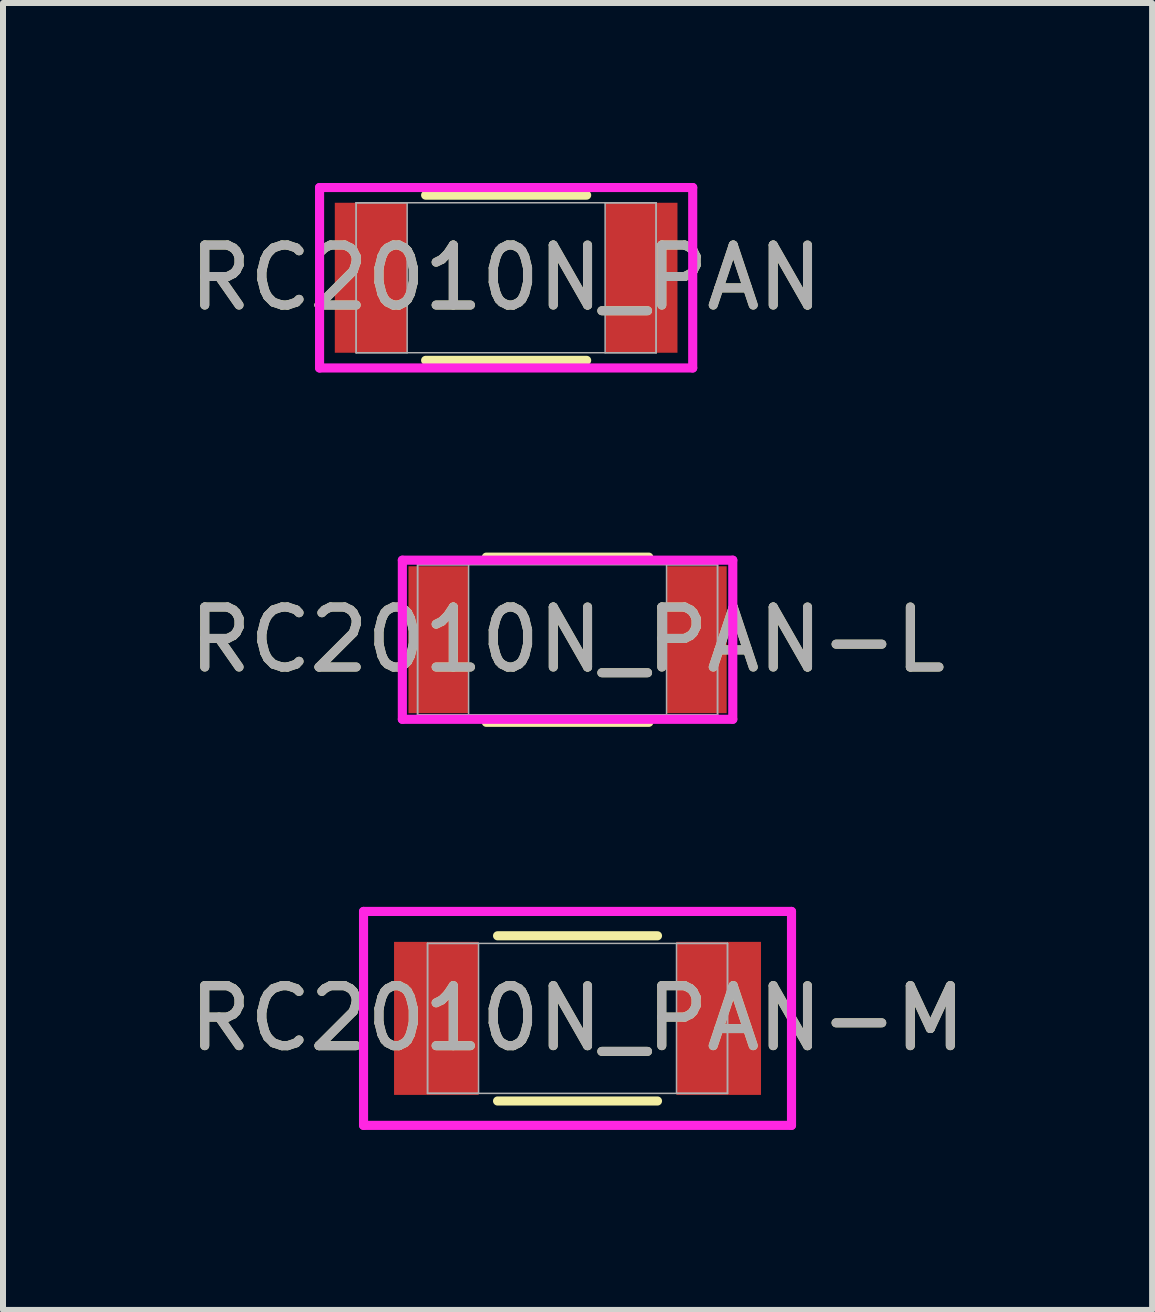
<source format=kicad_pcb>
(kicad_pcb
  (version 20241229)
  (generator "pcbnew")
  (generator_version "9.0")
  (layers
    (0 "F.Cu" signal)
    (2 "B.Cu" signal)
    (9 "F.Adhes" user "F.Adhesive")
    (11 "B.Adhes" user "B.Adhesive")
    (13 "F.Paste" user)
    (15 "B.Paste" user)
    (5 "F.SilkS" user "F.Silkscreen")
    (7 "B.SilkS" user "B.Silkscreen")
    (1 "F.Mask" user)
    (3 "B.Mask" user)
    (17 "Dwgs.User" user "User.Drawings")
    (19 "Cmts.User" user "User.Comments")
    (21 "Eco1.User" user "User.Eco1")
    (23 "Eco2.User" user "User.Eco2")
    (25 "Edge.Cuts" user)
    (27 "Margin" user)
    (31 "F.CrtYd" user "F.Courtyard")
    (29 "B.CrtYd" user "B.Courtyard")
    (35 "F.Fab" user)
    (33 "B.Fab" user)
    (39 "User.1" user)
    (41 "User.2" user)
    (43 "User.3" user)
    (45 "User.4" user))
  (footprint "RC2010N_PAN"
    (layer "F.Cu")
    (at 5.387 1.58)
    (property "Reference" "RC2010N_PAN" (at 0 0 0) (unlocked yes) (layer "F.SilkS") (effects (font (size 1 1) (thickness 0.15))))
    (attr smd)
    (fp_line (start -1.342 1.377) (end 1.342 1.377) (stroke (width 0.152) (type solid)) (layer "F.SilkS"))
    (fp_line (start 1.342 -1.377) (end -1.342 -1.377) (stroke (width 0.152) (type solid)) (layer "F.SilkS"))
    (fp_line (start -3.11 -1.504) (end 3.11 -1.504) (stroke (width 0.152) (type solid)) (layer "F.CrtYd"))
    (fp_line (start -3.11 1.504) (end -3.11 -1.504) (stroke (width 0.152) (type solid)) (layer "F.CrtYd"))
    (fp_line (start 3.11 -1.504) (end 3.11 1.504) (stroke (width 0.152) (type solid)) (layer "F.CrtYd"))
    (fp_line (start 3.11 1.504) (end -3.11 1.504) (stroke (width 0.152) (type solid)) (layer "F.CrtYd"))
    (fp_line (start -2.5 -1.25) (end -2.5 1.25) (stroke (width 0.025) (type solid)) (layer "F.Fab"))
    (fp_line (start -2.5 -1.25) (end -2.5 1.25) (stroke (width 0.025) (type solid)) (layer "F.Fab"))
    (fp_line (start -2.5 1.25) (end -1.65 1.25) (stroke (width 0.025) (type solid)) (layer "F.Fab"))
    (fp_line (start -2.5 1.25) (end 2.5 1.25) (stroke (width 0.025) (type solid)) (layer "F.Fab"))
    (fp_line (start -1.65 -1.25) (end -2.5 -1.25) (stroke (width 0.025) (type solid)) (layer "F.Fab"))
    (fp_line (start -1.65 1.25) (end -1.65 -1.25) (stroke (width 0.025) (type solid)) (layer "F.Fab"))
    (fp_line (start 1.65 -1.25) (end 1.65 1.25) (stroke (width 0.025) (type solid)) (layer "F.Fab"))
    (fp_line (start 1.65 1.25) (end 2.5 1.25) (stroke (width 0.025) (type solid)) (layer "F.Fab"))
    (fp_line (start 2.5 -1.25) (end -2.5 -1.25) (stroke (width 0.025) (type solid)) (layer "F.Fab"))
    (fp_line (start 2.5 -1.25) (end 1.65 -1.25) (stroke (width 0.025) (type solid)) (layer "F.Fab"))
    (fp_line (start 2.5 1.25) (end 2.5 -1.25) (stroke (width 0.025) (type solid)) (layer "F.Fab"))
    (fp_line (start 2.5 1.25) (end 2.5 -1.25) (stroke (width 0.025) (type solid)) (layer "F.Fab"))
    (fp_text user "${REFERENCE}" (at 0 0 0) (unlocked yes) (layer "F.Fab") (effects (font (size 1 1) (thickness 0.15))))
    (pad "1" smd rect (at -2.253 0) (size 1.206 2.5) (layers "F.Cu" "F.Mask" "F.Paste"))
    (pad "2" smd rect (at 2.253 0) (size 1.206 2.5) (layers "F.Cu" "F.Mask" "F.Paste"))
    (zone (net_name "") (layer "F.Cu") (hatch full 0.508) (connect_pads) (min_thickness 0.254) (filled_areas_thickness no) (keepout (tracks not_allowed) (vias not_allowed) (pads allowed) (copperpour not_allowed) (footprints allowed)) (placement (enabled no)) (fill) (polygon (pts (xy 3.788 0.381) (xy 6.986 0.381) (xy 6.986 2.779) (xy 3.788 2.779)))))
  (footprint "RC2010N_PAN-L"
    (layer "F.Cu")
    (at 6.411 7.614)
    (property "Reference" "RC2010N_PAN-L" (at 0 0 0) (unlocked yes) (layer "F.SilkS") (effects (font (size 1 1) (thickness 0.15))))
    (attr smd)
    (fp_line (start -1.354 1.377) (end 1.354 1.377) (stroke (width 0.152) (type solid)) (layer "F.SilkS"))
    (fp_line (start 1.354 -1.377) (end -1.354 -1.377) (stroke (width 0.152) (type solid)) (layer "F.SilkS"))
    (fp_line (start -2.754 -1.326) (end 2.754 -1.326) (stroke (width 0.152) (type solid)) (layer "F.CrtYd"))
    (fp_line (start -2.754 1.326) (end -2.754 -1.326) (stroke (width 0.152) (type solid)) (layer "F.CrtYd"))
    (fp_line (start 2.754 -1.326) (end 2.754 1.326) (stroke (width 0.152) (type solid)) (layer "F.CrtYd"))
    (fp_line (start 2.754 1.326) (end -2.754 1.326) (stroke (width 0.152) (type solid)) (layer "F.CrtYd"))
    (fp_line (start -2.5 -1.25) (end -2.5 1.25) (stroke (width 0.025) (type solid)) (layer "F.Fab"))
    (fp_line (start -2.5 -1.25) (end -2.5 1.25) (stroke (width 0.025) (type solid)) (layer "F.Fab"))
    (fp_line (start -2.5 1.25) (end -1.65 1.25) (stroke (width 0.025) (type solid)) (layer "F.Fab"))
    (fp_line (start -2.5 1.25) (end 2.5 1.25) (stroke (width 0.025) (type solid)) (layer "F.Fab"))
    (fp_line (start -1.65 -1.25) (end -2.5 -1.25) (stroke (width 0.025) (type solid)) (layer "F.Fab"))
    (fp_line (start -1.65 1.25) (end -1.65 -1.25) (stroke (width 0.025) (type solid)) (layer "F.Fab"))
    (fp_line (start 1.65 -1.25) (end 1.65 1.25) (stroke (width 0.025) (type solid)) (layer "F.Fab"))
    (fp_line (start 1.65 1.25) (end 2.5 1.25) (stroke (width 0.025) (type solid)) (layer "F.Fab"))
    (fp_line (start 2.5 -1.25) (end -2.5 -1.25) (stroke (width 0.025) (type solid)) (layer "F.Fab"))
    (fp_line (start 2.5 -1.25) (end 1.65 -1.25) (stroke (width 0.025) (type solid)) (layer "F.Fab"))
    (fp_line (start 2.5 1.25) (end 2.5 -1.25) (stroke (width 0.025) (type solid)) (layer "F.Fab"))
    (fp_line (start 2.5 1.25) (end 2.5 -1.25) (stroke (width 0.025) (type solid)) (layer "F.Fab"))
    (fp_text user "${REFERENCE}" (at 0 0 0) (unlocked yes) (layer "F.Fab") (effects (font (size 1 1) (thickness 0.15))))
    (pad "1" smd rect (at -2.151 0) (size 1.002 2.449) (layers "F.Cu" "F.Mask" "F.Paste"))
    (pad "2" smd rect (at 2.151 0) (size 1.002 2.449) (layers "F.Cu" "F.Mask" "F.Paste"))
    (zone (net_name "") (layer "F.Cu") (hatch full 0.508) (connect_pads) (min_thickness 0.254) (filled_areas_thickness no) (keepout (tracks not_allowed) (vias not_allowed) (pads allowed) (copperpour not_allowed) (footprints allowed)) (placement (enabled no)) (fill) (polygon (pts (xy 4.812 6.414) (xy 8.01 6.414) (xy 8.01 8.813) (xy 4.812 8.813)))))
  (footprint "RC2010N_PAN-M"
    (layer "F.Cu")
    (at 6.577 13.926)
    (property "Reference" "RC2010N_PAN-M" (at 0 0 0) (unlocked yes) (layer "F.SilkS") (effects (font (size 1 1) (thickness 0.15))))
    (attr smd)
    (fp_line (start -1.333 1.377) (end 1.333 1.377) (stroke (width 0.152) (type solid)) (layer "F.SilkS"))
    (fp_line (start 1.333 -1.377) (end -1.333 -1.377) (stroke (width 0.152) (type solid)) (layer "F.SilkS"))
    (fp_line (start -3.567 -1.783) (end 3.567 -1.783) (stroke (width 0.152) (type solid)) (layer "F.CrtYd"))
    (fp_line (start -3.567 1.783) (end -3.567 -1.783) (stroke (width 0.152) (type solid)) (layer "F.CrtYd"))
    (fp_line (start 3.567 -1.783) (end 3.567 1.783) (stroke (width 0.152) (type solid)) (layer "F.CrtYd"))
    (fp_line (start 3.567 1.783) (end -3.567 1.783) (stroke (width 0.152) (type solid)) (layer "F.CrtYd"))
    (fp_line (start -2.5 -1.25) (end -2.5 1.25) (stroke (width 0.025) (type solid)) (layer "F.Fab"))
    (fp_line (start -2.5 -1.25) (end -2.5 1.25) (stroke (width 0.025) (type solid)) (layer "F.Fab"))
    (fp_line (start -2.5 1.25) (end -1.65 1.25) (stroke (width 0.025) (type solid)) (layer "F.Fab"))
    (fp_line (start -2.5 1.25) (end 2.5 1.25) (stroke (width 0.025) (type solid)) (layer "F.Fab"))
    (fp_line (start -1.65 -1.25) (end -2.5 -1.25) (stroke (width 0.025) (type solid)) (layer "F.Fab"))
    (fp_line (start -1.65 1.25) (end -1.65 -1.25) (stroke (width 0.025) (type solid)) (layer "F.Fab"))
    (fp_line (start 1.65 -1.25) (end 1.65 1.25) (stroke (width 0.025) (type solid)) (layer "F.Fab"))
    (fp_line (start 1.65 1.25) (end 2.5 1.25) (stroke (width 0.025) (type solid)) (layer "F.Fab"))
    (fp_line (start 2.5 -1.25) (end -2.5 -1.25) (stroke (width 0.025) (type solid)) (layer "F.Fab"))
    (fp_line (start 2.5 -1.25) (end 1.65 -1.25) (stroke (width 0.025) (type solid)) (layer "F.Fab"))
    (fp_line (start 2.5 1.25) (end 2.5 -1.25) (stroke (width 0.025) (type solid)) (layer "F.Fab"))
    (fp_line (start 2.5 1.25) (end 2.5 -1.25) (stroke (width 0.025) (type solid)) (layer "F.Fab"))
    (fp_text user "${REFERENCE}" (at 0 0 0) (unlocked yes) (layer "F.Fab") (effects (font (size 1 1) (thickness 0.15))))
    (pad "1" smd rect (at -2.354 0) (size 1.409 2.551) (layers "F.Cu" "F.Mask" "F.Paste"))
    (pad "2" smd rect (at 2.354 0) (size 1.409 2.551) (layers "F.Cu" "F.Mask" "F.Paste"))
    (zone (net_name "") (layer "F.Cu") (hatch full 0.508) (connect_pads) (min_thickness 0.254) (filled_areas_thickness no) (keepout (tracks not_allowed) (vias not_allowed) (pads allowed) (copperpour not_allowed) (footprints allowed)) (placement (enabled no)) (fill) (polygon (pts (xy 4.978 12.727) (xy 8.177 12.727) (xy 8.177 15.126) (xy 4.978 15.126)))))
  (gr_rect
    (start -3 -3)
    (end 16.155 18.786)
    (stroke (width 0.1) (type default))
    (fill no)
    (layer "Edge.Cuts")))
</source>
